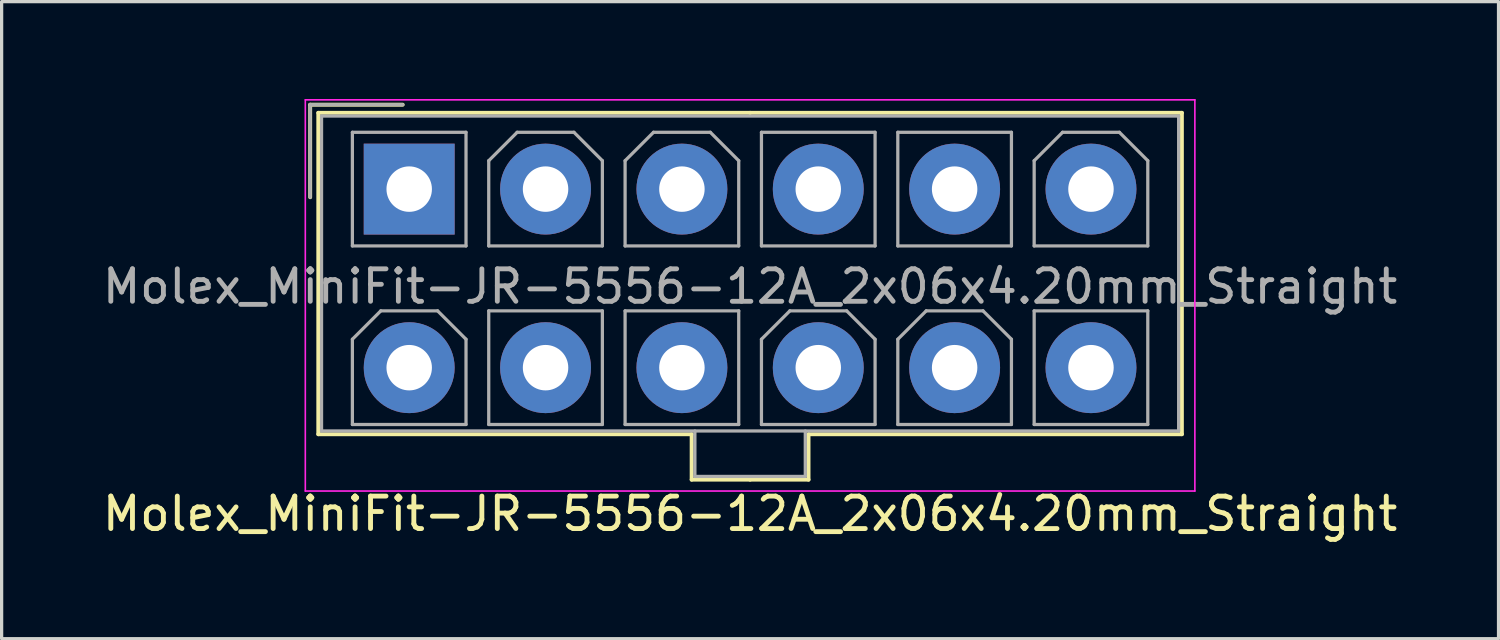
<source format=kicad_pcb>
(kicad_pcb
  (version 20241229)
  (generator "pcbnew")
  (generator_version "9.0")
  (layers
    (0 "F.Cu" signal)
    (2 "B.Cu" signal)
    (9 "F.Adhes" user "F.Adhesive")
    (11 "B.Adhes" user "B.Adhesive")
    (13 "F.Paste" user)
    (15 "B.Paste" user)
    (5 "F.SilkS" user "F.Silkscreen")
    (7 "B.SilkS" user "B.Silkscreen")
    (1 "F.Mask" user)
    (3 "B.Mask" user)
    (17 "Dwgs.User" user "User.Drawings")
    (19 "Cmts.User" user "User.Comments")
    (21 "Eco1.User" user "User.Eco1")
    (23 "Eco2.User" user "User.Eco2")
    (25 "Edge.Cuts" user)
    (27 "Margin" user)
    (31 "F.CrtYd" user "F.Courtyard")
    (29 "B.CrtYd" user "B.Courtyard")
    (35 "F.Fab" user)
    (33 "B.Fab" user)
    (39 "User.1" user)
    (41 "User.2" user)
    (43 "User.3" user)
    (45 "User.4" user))
  (footprint "Molex_MiniFit-JR-5556-12A_2x06x4.20mm_Straight"
    (layer "F.Cu")
    (at 9.554 2.775)
    (property "Reference" "Molex_MiniFit-JR-5556-12A_2x06x4.20mm_Straight" (at 10.5 10 0) (layer "F.SilkS") (effects (font (size 1 1) (thickness 0.15))))
    (attr through_hole)
    (fp_line (start -3.05 -2.6) (end -3.05 0.25) (stroke (width 0.12) (type solid)) (layer "F.SilkS"))
    (fp_line (start -2.8 -2.35) (end -2.8 7.55) (stroke (width 0.12) (type solid)) (layer "F.SilkS"))
    (fp_line (start -2.8 7.55) (end 8.7 7.55) (stroke (width 0.12) (type solid)) (layer "F.SilkS"))
    (fp_line (start -0.2 -2.6) (end -3.05 -2.6) (stroke (width 0.12) (type solid)) (layer "F.SilkS"))
    (fp_line (start 8.7 7.55) (end 8.7 8.95) (stroke (width 0.12) (type solid)) (layer "F.SilkS"))
    (fp_line (start 8.7 8.95) (end 10.5 8.95) (stroke (width 0.12) (type solid)) (layer "F.SilkS"))
    (fp_line (start 10.5 -2.35) (end -2.8 -2.35) (stroke (width 0.12) (type solid)) (layer "F.SilkS"))
    (fp_line (start 10.5 -2.35) (end 23.8 -2.35) (stroke (width 0.12) (type solid)) (layer "F.SilkS"))
    (fp_line (start 12.3 7.55) (end 12.3 8.95) (stroke (width 0.12) (type solid)) (layer "F.SilkS"))
    (fp_line (start 12.3 8.95) (end 10.5 8.95) (stroke (width 0.12) (type solid)) (layer "F.SilkS"))
    (fp_line (start 23.8 -2.35) (end 23.8 7.55) (stroke (width 0.12) (type solid)) (layer "F.SilkS"))
    (fp_line (start 23.8 7.55) (end 12.3 7.55) (stroke (width 0.12) (type solid)) (layer "F.SilkS"))
    (fp_line (start -3.2 -2.75) (end -3.2 9.3) (stroke (width 0.05) (type solid)) (layer "F.CrtYd"))
    (fp_line (start -3.2 9.3) (end 24.2 9.3) (stroke (width 0.05) (type solid)) (layer "F.CrtYd"))
    (fp_line (start 24.2 -2.75) (end -3.2 -2.75) (stroke (width 0.05) (type solid)) (layer "F.CrtYd"))
    (fp_line (start 24.2 9.3) (end 24.2 -2.75) (stroke (width 0.05) (type solid)) (layer "F.CrtYd"))
    (fp_line (start -3.05 -2.6) (end -3.05 0.25) (stroke (width 0.1) (type solid)) (layer "F.Fab"))
    (fp_line (start -2.7 -2.25) (end -2.7 7.45) (stroke (width 0.1) (type solid)) (layer "F.Fab"))
    (fp_line (start -2.7 7.45) (end 23.7 7.45) (stroke (width 0.1) (type solid)) (layer "F.Fab"))
    (fp_line (start -1.75 -1.75) (end -1.75 1.75) (stroke (width 0.1) (type solid)) (layer "F.Fab"))
    (fp_line (start -1.75 1.75) (end 1.75 1.75) (stroke (width 0.1) (type solid)) (layer "F.Fab"))
    (fp_line (start -1.75 4.625) (end -0.875 3.75) (stroke (width 0.1) (type solid)) (layer "F.Fab"))
    (fp_line (start -1.75 7.25) (end -1.75 4.625) (stroke (width 0.1) (type solid)) (layer "F.Fab"))
    (fp_line (start -0.875 3.75) (end 0.875 3.75) (stroke (width 0.1) (type solid)) (layer "F.Fab"))
    (fp_line (start -0.2 -2.6) (end -3.05 -2.6) (stroke (width 0.1) (type solid)) (layer "F.Fab"))
    (fp_line (start 0.875 3.75) (end 1.75 4.625) (stroke (width 0.1) (type solid)) (layer "F.Fab"))
    (fp_line (start 1.75 -1.75) (end -1.75 -1.75) (stroke (width 0.1) (type solid)) (layer "F.Fab"))
    (fp_line (start 1.75 1.75) (end 1.75 -1.75) (stroke (width 0.1) (type solid)) (layer "F.Fab"))
    (fp_line (start 1.75 4.625) (end 1.75 7.25) (stroke (width 0.1) (type solid)) (layer "F.Fab"))
    (fp_line (start 1.75 7.25) (end -1.75 7.25) (stroke (width 0.1) (type solid)) (layer "F.Fab"))
    (fp_line (start 2.45 -0.875) (end 3.325 -1.75) (stroke (width 0.1) (type solid)) (layer "F.Fab"))
    (fp_line (start 2.45 1.75) (end 2.45 -0.875) (stroke (width 0.1) (type solid)) (layer "F.Fab"))
    (fp_line (start 2.45 3.75) (end 2.45 7.25) (stroke (width 0.1) (type solid)) (layer "F.Fab"))
    (fp_line (start 2.45 7.25) (end 5.95 7.25) (stroke (width 0.1) (type solid)) (layer "F.Fab"))
    (fp_line (start 3.325 -1.75) (end 5.075 -1.75) (stroke (width 0.1) (type solid)) (layer "F.Fab"))
    (fp_line (start 5.075 -1.75) (end 5.95 -0.875) (stroke (width 0.1) (type solid)) (layer "F.Fab"))
    (fp_line (start 5.95 -0.875) (end 5.95 1.75) (stroke (width 0.1) (type solid)) (layer "F.Fab"))
    (fp_line (start 5.95 1.75) (end 2.45 1.75) (stroke (width 0.1) (type solid)) (layer "F.Fab"))
    (fp_line (start 5.95 3.75) (end 2.45 3.75) (stroke (width 0.1) (type solid)) (layer "F.Fab"))
    (fp_line (start 5.95 7.25) (end 5.95 3.75) (stroke (width 0.1) (type solid)) (layer "F.Fab"))
    (fp_line (start 6.65 -0.875) (end 7.525 -1.75) (stroke (width 0.1) (type solid)) (layer "F.Fab"))
    (fp_line (start 6.65 1.75) (end 6.65 -0.875) (stroke (width 0.1) (type solid)) (layer "F.Fab"))
    (fp_line (start 6.65 3.75) (end 6.65 7.25) (stroke (width 0.1) (type solid)) (layer "F.Fab"))
    (fp_line (start 6.65 7.25) (end 10.15 7.25) (stroke (width 0.1) (type solid)) (layer "F.Fab"))
    (fp_line (start 7.525 -1.75) (end 9.275 -1.75) (stroke (width 0.1) (type solid)) (layer "F.Fab"))
    (fp_line (start 8.8 7.45) (end 8.8 8.85) (stroke (width 0.1) (type solid)) (layer "F.Fab"))
    (fp_line (start 8.8 8.85) (end 12.2 8.85) (stroke (width 0.1) (type solid)) (layer "F.Fab"))
    (fp_line (start 9.275 -1.75) (end 10.15 -0.875) (stroke (width 0.1) (type solid)) (layer "F.Fab"))
    (fp_line (start 10.15 -0.875) (end 10.15 1.75) (stroke (width 0.1) (type solid)) (layer "F.Fab"))
    (fp_line (start 10.15 1.75) (end 6.65 1.75) (stroke (width 0.1) (type solid)) (layer "F.Fab"))
    (fp_line (start 10.15 3.75) (end 6.65 3.75) (stroke (width 0.1) (type solid)) (layer "F.Fab"))
    (fp_line (start 10.15 7.25) (end 10.15 3.75) (stroke (width 0.1) (type solid)) (layer "F.Fab"))
    (fp_line (start 10.85 -1.75) (end 10.85 1.75) (stroke (width 0.1) (type solid)) (layer "F.Fab"))
    (fp_line (start 10.85 1.75) (end 14.35 1.75) (stroke (width 0.1) (type solid)) (layer "F.Fab"))
    (fp_line (start 10.85 4.625) (end 11.725 3.75) (stroke (width 0.1) (type solid)) (layer "F.Fab"))
    (fp_line (start 10.85 7.25) (end 10.85 4.625) (stroke (width 0.1) (type solid)) (layer "F.Fab"))
    (fp_line (start 11.725 3.75) (end 13.475 3.75) (stroke (width 0.1) (type solid)) (layer "F.Fab"))
    (fp_line (start 12.2 8.85) (end 12.2 7.45) (stroke (width 0.1) (type solid)) (layer "F.Fab"))
    (fp_line (start 13.475 3.75) (end 14.35 4.625) (stroke (width 0.1) (type solid)) (layer "F.Fab"))
    (fp_line (start 14.35 -1.75) (end 10.85 -1.75) (stroke (width 0.1) (type solid)) (layer "F.Fab"))
    (fp_line (start 14.35 1.75) (end 14.35 -1.75) (stroke (width 0.1) (type solid)) (layer "F.Fab"))
    (fp_line (start 14.35 4.625) (end 14.35 7.25) (stroke (width 0.1) (type solid)) (layer "F.Fab"))
    (fp_line (start 14.35 7.25) (end 10.85 7.25) (stroke (width 0.1) (type solid)) (layer "F.Fab"))
    (fp_line (start 15.05 -1.75) (end 15.05 1.75) (stroke (width 0.1) (type solid)) (layer "F.Fab"))
    (fp_line (start 15.05 1.75) (end 18.55 1.75) (stroke (width 0.1) (type solid)) (layer "F.Fab"))
    (fp_line (start 15.05 4.625) (end 15.925 3.75) (stroke (width 0.1) (type solid)) (layer "F.Fab"))
    (fp_line (start 15.05 7.25) (end 15.05 4.625) (stroke (width 0.1) (type solid)) (layer "F.Fab"))
    (fp_line (start 15.925 3.75) (end 17.675 3.75) (stroke (width 0.1) (type solid)) (layer "F.Fab"))
    (fp_line (start 17.675 3.75) (end 18.55 4.625) (stroke (width 0.1) (type solid)) (layer "F.Fab"))
    (fp_line (start 18.55 -1.75) (end 15.05 -1.75) (stroke (width 0.1) (type solid)) (layer "F.Fab"))
    (fp_line (start 18.55 1.75) (end 18.55 -1.75) (stroke (width 0.1) (type solid)) (layer "F.Fab"))
    (fp_line (start 18.55 4.625) (end 18.55 7.25) (stroke (width 0.1) (type solid)) (layer "F.Fab"))
    (fp_line (start 18.55 7.25) (end 15.05 7.25) (stroke (width 0.1) (type solid)) (layer "F.Fab"))
    (fp_line (start 19.25 -0.875) (end 20.125 -1.75) (stroke (width 0.1) (type solid)) (layer "F.Fab"))
    (fp_line (start 19.25 1.75) (end 19.25 -0.875) (stroke (width 0.1) (type solid)) (layer "F.Fab"))
    (fp_line (start 19.25 3.75) (end 19.25 7.25) (stroke (width 0.1) (type solid)) (layer "F.Fab"))
    (fp_line (start 19.25 7.25) (end 22.75 7.25) (stroke (width 0.1) (type solid)) (layer "F.Fab"))
    (fp_line (start 20.125 -1.75) (end 21.875 -1.75) (stroke (width 0.1) (type solid)) (layer "F.Fab"))
    (fp_line (start 21.875 -1.75) (end 22.75 -0.875) (stroke (width 0.1) (type solid)) (layer "F.Fab"))
    (fp_line (start 22.75 -0.875) (end 22.75 1.75) (stroke (width 0.1) (type solid)) (layer "F.Fab"))
    (fp_line (start 22.75 1.75) (end 19.25 1.75) (stroke (width 0.1) (type solid)) (layer "F.Fab"))
    (fp_line (start 22.75 3.75) (end 19.25 3.75) (stroke (width 0.1) (type solid)) (layer "F.Fab"))
    (fp_line (start 22.75 7.25) (end 22.75 3.75) (stroke (width 0.1) (type solid)) (layer "F.Fab"))
    (fp_line (start 23.7 -2.25) (end -2.7 -2.25) (stroke (width 0.1) (type solid)) (layer "F.Fab"))
    (fp_line (start 23.7 7.45) (end 23.7 -2.25) (stroke (width 0.1) (type solid)) (layer "F.Fab"))
    (fp_text user "${REFERENCE}" (at 10.5 3 0) (layer "F.Fab") (effects (font (size 1 1) (thickness 0.15))))
    (pad "1" thru_hole rect (at 0 0) (size 2.8 2.8) (drill 1.4) (layers "*.Cu" "*.Mask"))
    (pad "2" thru_hole circle (at 4.2 0) (size 2.8 2.8) (drill 1.4) (layers "*.Cu" "*.Mask"))
    (pad "3" thru_hole circle (at 8.4 0) (size 2.8 2.8) (drill 1.4) (layers "*.Cu" "*.Mask"))
    (pad "4" thru_hole circle (at 12.6 0) (size 2.8 2.8) (drill 1.4) (layers "*.Cu" "*.Mask"))
    (pad "5" thru_hole circle (at 16.8 0) (size 2.8 2.8) (drill 1.4) (layers "*.Cu" "*.Mask"))
    (pad "6" thru_hole circle (at 21 0) (size 2.8 2.8) (drill 1.4) (layers "*.Cu" "*.Mask"))
    (pad "7" thru_hole circle (at 0 5.5) (size 2.8 2.8) (drill 1.4) (layers "*.Cu" "*.Mask"))
    (pad "8" thru_hole circle (at 4.2 5.5) (size 2.8 2.8) (drill 1.4) (layers "*.Cu" "*.Mask"))
    (pad "9" thru_hole circle (at 8.4 5.5) (size 2.8 2.8) (drill 1.4) (layers "*.Cu" "*.Mask"))
    (pad "10" thru_hole circle (at 12.6 5.5) (size 2.8 2.8) (drill 1.4) (layers "*.Cu" "*.Mask"))
    (pad "11" thru_hole circle (at 16.8 5.5) (size 2.8 2.8) (drill 1.4) (layers "*.Cu" "*.Mask"))
    (pad "12" thru_hole circle (at 21 5.5) (size 2.8 2.8) (drill 1.4) (layers "*.Cu" "*.Mask")))
  (gr_rect
    (start -3 -3)
    (end 43.107 16.623)
    (stroke (width 0.1) (type default))
    (fill no)
    (layer "Edge.Cuts")))
</source>
